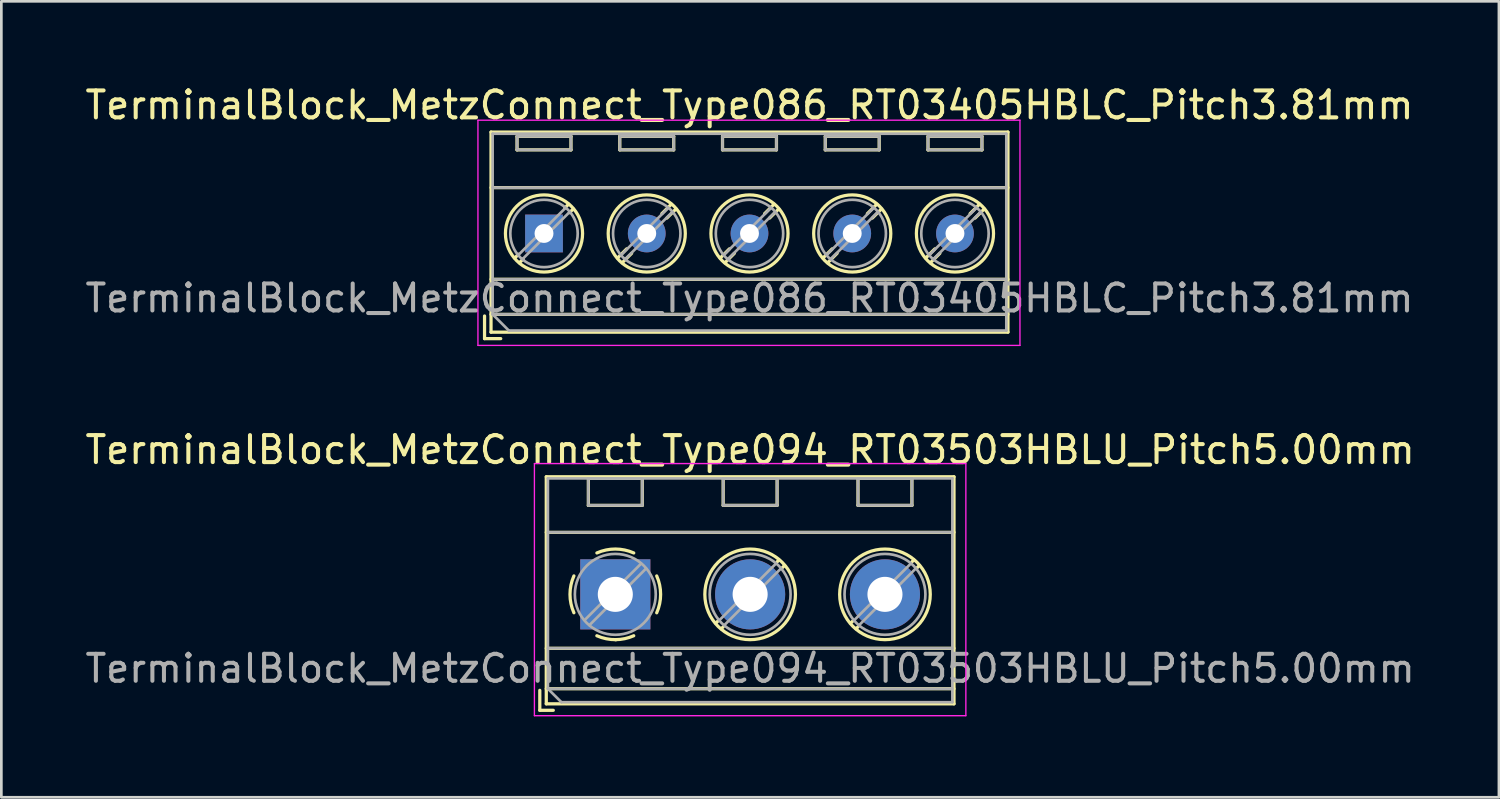
<source format=kicad_pcb>
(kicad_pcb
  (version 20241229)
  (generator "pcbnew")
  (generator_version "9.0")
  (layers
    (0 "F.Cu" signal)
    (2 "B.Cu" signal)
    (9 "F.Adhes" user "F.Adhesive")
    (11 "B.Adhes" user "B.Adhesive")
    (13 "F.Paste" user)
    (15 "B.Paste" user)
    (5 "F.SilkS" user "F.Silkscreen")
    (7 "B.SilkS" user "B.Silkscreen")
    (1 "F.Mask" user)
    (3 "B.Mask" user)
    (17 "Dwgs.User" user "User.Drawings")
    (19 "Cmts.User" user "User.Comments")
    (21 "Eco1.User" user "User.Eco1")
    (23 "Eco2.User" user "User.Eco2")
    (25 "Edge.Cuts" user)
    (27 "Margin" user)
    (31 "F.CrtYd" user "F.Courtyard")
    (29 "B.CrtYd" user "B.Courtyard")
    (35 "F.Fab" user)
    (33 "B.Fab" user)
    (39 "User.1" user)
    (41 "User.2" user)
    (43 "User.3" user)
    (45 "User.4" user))
  (footprint "TerminalBlock_MetzConnect_Type094_RT03503HBLU_Pitch5.00mm"
    (layer "F.Cu")
    (at 19.768 18.991)
    (property "Reference" "TerminalBlock_MetzConnect_Type094_RT03503HBLU_Pitch5.00mm" (at 5 -5.36 0) (layer "F.SilkS") (effects (font (size 1 1) (thickness 0.15))))
    (attr through_hole)
    (fp_line (start -2.8 3.56) (end -2.8 4.3) (stroke (width 0.12) (type solid)) (layer "F.SilkS"))
    (fp_line (start -2.8 4.3) (end -2.3 4.3) (stroke (width 0.12) (type solid)) (layer "F.SilkS"))
    (fp_line (start -2.56 -4.36) (end -2.56 4.06) (stroke (width 0.12) (type solid)) (layer "F.SilkS"))
    (fp_line (start -2.56 -2.3) (end 12.56 -2.3) (stroke (width 0.12) (type solid)) (layer "F.SilkS"))
    (fp_line (start -2.56 2) (end 12.56 2) (stroke (width 0.12) (type solid)) (layer "F.SilkS"))
    (fp_line (start -2.56 3.5) (end 12.56 3.5) (stroke (width 0.12) (type solid)) (layer "F.SilkS"))
    (fp_line (start -2.56 4.06) (end 12.56 4.06) (stroke (width 0.12) (type solid)) (layer "F.SilkS"))
    (fp_line (start -1 -4.3) (end -1 -3.3) (stroke (width 0.12) (type solid)) (layer "F.SilkS"))
    (fp_line (start -1 -4.3) (end 1 -4.3) (stroke (width 0.12) (type solid)) (layer "F.SilkS"))
    (fp_line (start -1 -3.3) (end 1 -3.3) (stroke (width 0.12) (type solid)) (layer "F.SilkS"))
    (fp_line (start 1 -4.3) (end 1 -3.3) (stroke (width 0.12) (type solid)) (layer "F.SilkS"))
    (fp_line (start 3.82 0.976) (end 3.726 1.069) (stroke (width 0.12) (type solid)) (layer "F.SilkS"))
    (fp_line (start 4 -4.3) (end 4 -3.3) (stroke (width 0.12) (type solid)) (layer "F.SilkS"))
    (fp_line (start 4 -4.3) (end 6 -4.3) (stroke (width 0.12) (type solid)) (layer "F.SilkS"))
    (fp_line (start 4 -3.3) (end 6 -3.3) (stroke (width 0.12) (type solid)) (layer "F.SilkS"))
    (fp_line (start 4.002 1.204) (end 3.931 1.274) (stroke (width 0.12) (type solid)) (layer "F.SilkS"))
    (fp_line (start 6 -4.3) (end 6 -3.3) (stroke (width 0.12) (type solid)) (layer "F.SilkS"))
    (fp_line (start 6.07 -1.275) (end 5.999 -1.204) (stroke (width 0.12) (type solid)) (layer "F.SilkS"))
    (fp_line (start 6.275 -1.069) (end 6.181 -0.976) (stroke (width 0.12) (type solid)) (layer "F.SilkS"))
    (fp_line (start 8.82 0.976) (end 8.726 1.069) (stroke (width 0.12) (type solid)) (layer "F.SilkS"))
    (fp_line (start 9 -4.3) (end 9 -3.3) (stroke (width 0.12) (type solid)) (layer "F.SilkS"))
    (fp_line (start 9 -4.3) (end 11 -4.3) (stroke (width 0.12) (type solid)) (layer "F.SilkS"))
    (fp_line (start 9 -3.3) (end 11 -3.3) (stroke (width 0.12) (type solid)) (layer "F.SilkS"))
    (fp_line (start 9.002 1.204) (end 8.931 1.274) (stroke (width 0.12) (type solid)) (layer "F.SilkS"))
    (fp_line (start 11 -4.3) (end 11 -3.3) (stroke (width 0.12) (type solid)) (layer "F.SilkS"))
    (fp_line (start 11.07 -1.275) (end 10.999 -1.204) (stroke (width 0.12) (type solid)) (layer "F.SilkS"))
    (fp_line (start 11.275 -1.069) (end 11.181 -0.976) (stroke (width 0.12) (type solid)) (layer "F.SilkS"))
    (fp_line (start 12.56 -4.36) (end -2.56 -4.36) (stroke (width 0.12) (type solid)) (layer "F.SilkS"))
    (fp_line (start 12.56 4.06) (end 12.56 -4.36) (stroke (width 0.12) (type solid)) (layer "F.SilkS"))
    (fp_arc (start -1.535427 0.683042) (mid -1.680501 -0.000524) (end -1.535 -0.684) (stroke (width 0.12) (type solid)) (layer "F.SilkS"))
    (fp_arc (start -0.683042 -1.535427) (mid 0.000524 -1.680501) (end 0.684 -1.535) (stroke (width 0.12) (type solid)) (layer "F.SilkS"))
    (fp_arc (start 0.028805 1.680253) (mid -0.335551 1.646659) (end -0.684 1.535) (stroke (width 0.12) (type solid)) (layer "F.SilkS"))
    (fp_arc (start 0.683318 1.534756) (mid 0.349292 1.643288) (end 0 1.68) (stroke (width 0.12) (type solid)) (layer "F.SilkS"))
    (fp_arc (start 1.535427 -0.683042) (mid 1.680501 0.000524) (end 1.535 0.684) (stroke (width 0.12) (type solid)) (layer "F.SilkS"))
    (fp_circle (center 5 0) (end 6.68 0) (stroke (width 0.12) (type solid)) (fill no) (layer "F.SilkS"))
    (fp_circle (center 10 0) (end 11.68 0) (stroke (width 0.12) (type solid)) (fill no) (layer "F.SilkS"))
    (fp_line (start -3 -4.85) (end -3 4.5) (stroke (width 0.05) (type solid)) (layer "F.CrtYd"))
    (fp_line (start -3 4.5) (end 13 4.5) (stroke (width 0.05) (type solid)) (layer "F.CrtYd"))
    (fp_line (start 13 -4.85) (end -3 -4.85) (stroke (width 0.05) (type solid)) (layer "F.CrtYd"))
    (fp_line (start 13 4.5) (end 13 -4.85) (stroke (width 0.05) (type solid)) (layer "F.CrtYd"))
    (fp_line (start -2.5 -4.3) (end 12.5 -4.3) (stroke (width 0.1) (type solid)) (layer "F.Fab"))
    (fp_line (start -2.5 -2.3) (end 12.5 -2.3) (stroke (width 0.1) (type solid)) (layer "F.Fab"))
    (fp_line (start -2.5 2) (end 12.5 2) (stroke (width 0.1) (type solid)) (layer "F.Fab"))
    (fp_line (start -2.5 3.5) (end -2.5 -4.3) (stroke (width 0.1) (type solid)) (layer "F.Fab"))
    (fp_line (start -2.5 3.5) (end 12.5 3.5) (stroke (width 0.1) (type solid)) (layer "F.Fab"))
    (fp_line (start -2 4) (end -2.5 3.5) (stroke (width 0.1) (type solid)) (layer "F.Fab"))
    (fp_line (start -1 -4.3) (end -1 -3.3) (stroke (width 0.1) (type solid)) (layer "F.Fab"))
    (fp_line (start -1 -3.3) (end 1 -3.3) (stroke (width 0.1) (type solid)) (layer "F.Fab"))
    (fp_line (start 0.955 -1.138) (end -1.138 0.955) (stroke (width 0.1) (type solid)) (layer "F.Fab"))
    (fp_line (start 1 -4.3) (end -1 -4.3) (stroke (width 0.1) (type solid)) (layer "F.Fab"))
    (fp_line (start 1 -3.3) (end 1 -4.3) (stroke (width 0.1) (type solid)) (layer "F.Fab"))
    (fp_line (start 1.138 -0.955) (end -0.955 1.138) (stroke (width 0.1) (type solid)) (layer "F.Fab"))
    (fp_line (start 4 -4.3) (end 4 -3.3) (stroke (width 0.1) (type solid)) (layer "F.Fab"))
    (fp_line (start 4 -3.3) (end 6 -3.3) (stroke (width 0.1) (type solid)) (layer "F.Fab"))
    (fp_line (start 5.955 -1.138) (end 3.863 0.955) (stroke (width 0.1) (type solid)) (layer "F.Fab"))
    (fp_line (start 6 -4.3) (end 4 -4.3) (stroke (width 0.1) (type solid)) (layer "F.Fab"))
    (fp_line (start 6 -3.3) (end 6 -4.3) (stroke (width 0.1) (type solid)) (layer "F.Fab"))
    (fp_line (start 6.138 -0.955) (end 4.046 1.138) (stroke (width 0.1) (type solid)) (layer "F.Fab"))
    (fp_line (start 9 -4.3) (end 9 -3.3) (stroke (width 0.1) (type solid)) (layer "F.Fab"))
    (fp_line (start 9 -3.3) (end 11 -3.3) (stroke (width 0.1) (type solid)) (layer "F.Fab"))
    (fp_line (start 10.955 -1.138) (end 8.863 0.955) (stroke (width 0.1) (type solid)) (layer "F.Fab"))
    (fp_line (start 11 -4.3) (end 9 -4.3) (stroke (width 0.1) (type solid)) (layer "F.Fab"))
    (fp_line (start 11 -3.3) (end 11 -4.3) (stroke (width 0.1) (type solid)) (layer "F.Fab"))
    (fp_line (start 11.138 -0.955) (end 9.046 1.138) (stroke (width 0.1) (type solid)) (layer "F.Fab"))
    (fp_line (start 12.5 -4.3) (end 12.5 4) (stroke (width 0.1) (type solid)) (layer "F.Fab"))
    (fp_line (start 12.5 4) (end -2 4) (stroke (width 0.1) (type solid)) (layer "F.Fab"))
    (fp_circle (center 0 0) (end 1.5 0) (stroke (width 0.1) (type solid)) (fill no) (layer "F.Fab"))
    (fp_circle (center 5 0) (end 6.5 0) (stroke (width 0.1) (type solid)) (fill no) (layer "F.Fab"))
    (fp_circle (center 10 0) (end 11.5 0) (stroke (width 0.1) (type solid)) (fill no) (layer "F.Fab"))
    (fp_text user "${REFERENCE}" (at 5 2.75 0) (layer "F.Fab") (effects (font (size 1 1) (thickness 0.15))))
    (pad "1" thru_hole rect (at 0 0) (size 2.6 2.6) (drill 1.3) (layers "*.Cu" "*.Mask"))
    (pad "2" thru_hole oval (at 5 0) (size 2.6 2.6) (drill 1.3) (layers "*.Cu" "*.Mask"))
    (pad "3" thru_hole oval (at 10 0) (size 2.6 2.6) (drill 1.3) (layers "*.Cu" "*.Mask")))
  (footprint "TerminalBlock_MetzConnect_Type086_RT03405HBLC_Pitch3.81mm"
    (layer "F.Cu")
    (at 17.124 5.608)
    (property "Reference" "TerminalBlock_MetzConnect_Type086_RT03405HBLC_Pitch3.81mm" (at 7.62 -4.76 0) (layer "F.SilkS") (effects (font (size 1 1) (thickness 0.15))))
    (attr through_hole)
    (fp_line (start -2.205 3.06) (end -2.205 3.9) (stroke (width 0.12) (type solid)) (layer "F.SilkS"))
    (fp_line (start -2.205 3.9) (end -1.605 3.9) (stroke (width 0.12) (type solid)) (layer "F.SilkS"))
    (fp_line (start -1.965 -3.76) (end -1.965 3.66) (stroke (width 0.12) (type solid)) (layer "F.SilkS"))
    (fp_line (start -1.965 -1.7) (end 17.205 -1.7) (stroke (width 0.12) (type solid)) (layer "F.SilkS"))
    (fp_line (start -1.965 1.7) (end 17.205 1.7) (stroke (width 0.12) (type solid)) (layer "F.SilkS"))
    (fp_line (start -1.965 3) (end 17.205 3) (stroke (width 0.12) (type solid)) (layer "F.SilkS"))
    (fp_line (start -1.965 3.66) (end 17.205 3.66) (stroke (width 0.12) (type solid)) (layer "F.SilkS"))
    (fp_line (start -1 -3.6) (end -1 -3.1) (stroke (width 0.12) (type solid)) (layer "F.SilkS"))
    (fp_line (start -1 -3.6) (end 1 -3.6) (stroke (width 0.12) (type solid)) (layer "F.SilkS"))
    (fp_line (start -1 -3.1) (end 1 -3.1) (stroke (width 0.12) (type solid)) (layer "F.SilkS"))
    (fp_line (start -0.946 0.771) (end -1.085 0.91) (stroke (width 0.12) (type solid)) (layer "F.SilkS"))
    (fp_line (start -0.771 0.945) (end -0.911 1.085) (stroke (width 0.12) (type solid)) (layer "F.SilkS"))
    (fp_line (start 0.911 -1.085) (end 0.771 -0.945) (stroke (width 0.12) (type solid)) (layer "F.SilkS"))
    (fp_line (start 1 -3.6) (end 1 -3.1) (stroke (width 0.12) (type solid)) (layer "F.SilkS"))
    (fp_line (start 1.085 -0.91) (end 0.945 -0.771) (stroke (width 0.12) (type solid)) (layer "F.SilkS"))
    (fp_line (start 2.81 -3.6) (end 2.81 -3.1) (stroke (width 0.12) (type solid)) (layer "F.SilkS"))
    (fp_line (start 2.81 -3.6) (end 4.81 -3.6) (stroke (width 0.12) (type solid)) (layer "F.SilkS"))
    (fp_line (start 2.81 -3.1) (end 4.81 -3.1) (stroke (width 0.12) (type solid)) (layer "F.SilkS"))
    (fp_line (start 3.065 0.571) (end 2.726 0.91) (stroke (width 0.12) (type solid)) (layer "F.SilkS"))
    (fp_line (start 3.249 0.736) (end 2.9 1.085) (stroke (width 0.12) (type solid)) (layer "F.SilkS"))
    (fp_line (start 4.721 -1.085) (end 4.371 -0.736) (stroke (width 0.12) (type solid)) (layer "F.SilkS"))
    (fp_line (start 4.81 -3.6) (end 4.81 -3.1) (stroke (width 0.12) (type solid)) (layer "F.SilkS"))
    (fp_line (start 4.895 -0.91) (end 4.556 -0.571) (stroke (width 0.12) (type solid)) (layer "F.SilkS"))
    (fp_line (start 6.62 -3.6) (end 6.62 -3.1) (stroke (width 0.12) (type solid)) (layer "F.SilkS"))
    (fp_line (start 6.62 -3.6) (end 8.62 -3.6) (stroke (width 0.12) (type solid)) (layer "F.SilkS"))
    (fp_line (start 6.62 -3.1) (end 8.62 -3.1) (stroke (width 0.12) (type solid)) (layer "F.SilkS"))
    (fp_line (start 6.875 0.571) (end 6.536 0.91) (stroke (width 0.12) (type solid)) (layer "F.SilkS"))
    (fp_line (start 7.059 0.736) (end 6.71 1.085) (stroke (width 0.12) (type solid)) (layer "F.SilkS"))
    (fp_line (start 8.531 -1.085) (end 8.181 -0.736) (stroke (width 0.12) (type solid)) (layer "F.SilkS"))
    (fp_line (start 8.62 -3.6) (end 8.62 -3.1) (stroke (width 0.12) (type solid)) (layer "F.SilkS"))
    (fp_line (start 8.705 -0.91) (end 8.366 -0.571) (stroke (width 0.12) (type solid)) (layer "F.SilkS"))
    (fp_line (start 10.43 -3.6) (end 10.43 -3.1) (stroke (width 0.12) (type solid)) (layer "F.SilkS"))
    (fp_line (start 10.43 -3.6) (end 12.43 -3.6) (stroke (width 0.12) (type solid)) (layer "F.SilkS"))
    (fp_line (start 10.43 -3.1) (end 12.43 -3.1) (stroke (width 0.12) (type solid)) (layer "F.SilkS"))
    (fp_line (start 10.685 0.571) (end 10.346 0.91) (stroke (width 0.12) (type solid)) (layer "F.SilkS"))
    (fp_line (start 10.869 0.736) (end 10.52 1.085) (stroke (width 0.12) (type solid)) (layer "F.SilkS"))
    (fp_line (start 12.341 -1.085) (end 11.991 -0.736) (stroke (width 0.12) (type solid)) (layer "F.SilkS"))
    (fp_line (start 12.43 -3.6) (end 12.43 -3.1) (stroke (width 0.12) (type solid)) (layer "F.SilkS"))
    (fp_line (start 12.515 -0.91) (end 12.176 -0.571) (stroke (width 0.12) (type solid)) (layer "F.SilkS"))
    (fp_line (start 14.24 -3.6) (end 14.24 -3.1) (stroke (width 0.12) (type solid)) (layer "F.SilkS"))
    (fp_line (start 14.24 -3.6) (end 16.241 -3.6) (stroke (width 0.12) (type solid)) (layer "F.SilkS"))
    (fp_line (start 14.24 -3.1) (end 16.241 -3.1) (stroke (width 0.12) (type solid)) (layer "F.SilkS"))
    (fp_line (start 14.495 0.571) (end 14.156 0.91) (stroke (width 0.12) (type solid)) (layer "F.SilkS"))
    (fp_line (start 14.679 0.736) (end 14.33 1.085) (stroke (width 0.12) (type solid)) (layer "F.SilkS"))
    (fp_line (start 16.151 -1.085) (end 15.801 -0.736) (stroke (width 0.12) (type solid)) (layer "F.SilkS"))
    (fp_line (start 16.241 -3.6) (end 16.241 -3.1) (stroke (width 0.12) (type solid)) (layer "F.SilkS"))
    (fp_line (start 16.325 -0.91) (end 15.986 -0.571) (stroke (width 0.12) (type solid)) (layer "F.SilkS"))
    (fp_line (start 17.205 -3.76) (end -1.965 -3.76) (stroke (width 0.12) (type solid)) (layer "F.SilkS"))
    (fp_line (start 17.205 3.66) (end 17.205 -3.76) (stroke (width 0.12) (type solid)) (layer "F.SilkS"))
    (fp_circle (center 0 0) (end 1.43 0) (stroke (width 0.12) (type solid)) (fill no) (layer "F.SilkS"))
    (fp_circle (center 3.81 0) (end 5.24 0) (stroke (width 0.12) (type solid)) (fill no) (layer "F.SilkS"))
    (fp_circle (center 7.62 0) (end 9.05 0) (stroke (width 0.12) (type solid)) (fill no) (layer "F.SilkS"))
    (fp_circle (center 11.43 0) (end 12.86 0) (stroke (width 0.12) (type solid)) (fill no) (layer "F.SilkS"))
    (fp_circle (center 15.24 0) (end 16.67 0) (stroke (width 0.12) (type solid)) (fill no) (layer "F.SilkS"))
    (fp_line (start -2.45 -4.2) (end -2.45 4.15) (stroke (width 0.05) (type solid)) (layer "F.CrtYd"))
    (fp_line (start -2.45 4.15) (end 17.65 4.15) (stroke (width 0.05) (type solid)) (layer "F.CrtYd"))
    (fp_line (start 17.65 -4.2) (end -2.45 -4.2) (stroke (width 0.05) (type solid)) (layer "F.CrtYd"))
    (fp_line (start 17.65 4.15) (end 17.65 -4.2) (stroke (width 0.05) (type solid)) (layer "F.CrtYd"))
    (fp_line (start -1.905 -3.7) (end 17.145 -3.7) (stroke (width 0.1) (type solid)) (layer "F.Fab"))
    (fp_line (start -1.905 -1.7) (end 17.145 -1.7) (stroke (width 0.1) (type solid)) (layer "F.Fab"))
    (fp_line (start -1.905 1.7) (end 17.145 1.7) (stroke (width 0.1) (type solid)) (layer "F.Fab"))
    (fp_line (start -1.905 3) (end -1.905 -3.7) (stroke (width 0.1) (type solid)) (layer "F.Fab"))
    (fp_line (start -1.905 3) (end 17.145 3) (stroke (width 0.1) (type solid)) (layer "F.Fab"))
    (fp_line (start -1.305 3.6) (end -1.905 3) (stroke (width 0.1) (type solid)) (layer "F.Fab"))
    (fp_line (start -1 -3.6) (end -1 -3.1) (stroke (width 0.1) (type solid)) (layer "F.Fab"))
    (fp_line (start -1 -3.1) (end 1 -3.1) (stroke (width 0.1) (type solid)) (layer "F.Fab"))
    (fp_line (start 0.796 -0.948) (end -0.949 0.796) (stroke (width 0.1) (type solid)) (layer "F.Fab"))
    (fp_line (start 0.949 -0.796) (end -0.796 0.948) (stroke (width 0.1) (type solid)) (layer "F.Fab"))
    (fp_line (start 1 -3.6) (end -1 -3.6) (stroke (width 0.1) (type solid)) (layer "F.Fab"))
    (fp_line (start 1 -3.1) (end 1 -3.6) (stroke (width 0.1) (type solid)) (layer "F.Fab"))
    (fp_line (start 2.81 -3.6) (end 2.81 -3.1) (stroke (width 0.1) (type solid)) (layer "F.Fab"))
    (fp_line (start 2.81 -3.1) (end 4.81 -3.1) (stroke (width 0.1) (type solid)) (layer "F.Fab"))
    (fp_line (start 4.606 -0.948) (end 2.862 0.796) (stroke (width 0.1) (type solid)) (layer "F.Fab"))
    (fp_line (start 4.759 -0.796) (end 3.015 0.948) (stroke (width 0.1) (type solid)) (layer "F.Fab"))
    (fp_line (start 4.81 -3.6) (end 2.81 -3.6) (stroke (width 0.1) (type solid)) (layer "F.Fab"))
    (fp_line (start 4.81 -3.1) (end 4.81 -3.6) (stroke (width 0.1) (type solid)) (layer "F.Fab"))
    (fp_line (start 6.62 -3.6) (end 6.62 -3.1) (stroke (width 0.1) (type solid)) (layer "F.Fab"))
    (fp_line (start 6.62 -3.1) (end 8.62 -3.1) (stroke (width 0.1) (type solid)) (layer "F.Fab"))
    (fp_line (start 8.416 -0.948) (end 6.672 0.796) (stroke (width 0.1) (type solid)) (layer "F.Fab"))
    (fp_line (start 8.569 -0.796) (end 6.825 0.948) (stroke (width 0.1) (type solid)) (layer "F.Fab"))
    (fp_line (start 8.62 -3.6) (end 6.62 -3.6) (stroke (width 0.1) (type solid)) (layer "F.Fab"))
    (fp_line (start 8.62 -3.1) (end 8.62 -3.6) (stroke (width 0.1) (type solid)) (layer "F.Fab"))
    (fp_line (start 10.43 -3.6) (end 10.43 -3.1) (stroke (width 0.1) (type solid)) (layer "F.Fab"))
    (fp_line (start 10.43 -3.1) (end 12.43 -3.1) (stroke (width 0.1) (type solid)) (layer "F.Fab"))
    (fp_line (start 12.226 -0.948) (end 10.482 0.796) (stroke (width 0.1) (type solid)) (layer "F.Fab"))
    (fp_line (start 12.379 -0.796) (end 10.635 0.948) (stroke (width 0.1) (type solid)) (layer "F.Fab"))
    (fp_line (start 12.43 -3.6) (end 10.43 -3.6) (stroke (width 0.1) (type solid)) (layer "F.Fab"))
    (fp_line (start 12.43 -3.1) (end 12.43 -3.6) (stroke (width 0.1) (type solid)) (layer "F.Fab"))
    (fp_line (start 14.24 -3.6) (end 14.24 -3.1) (stroke (width 0.1) (type solid)) (layer "F.Fab"))
    (fp_line (start 14.24 -3.1) (end 16.24 -3.1) (stroke (width 0.1) (type solid)) (layer "F.Fab"))
    (fp_line (start 16.036 -0.948) (end 14.292 0.796) (stroke (width 0.1) (type solid)) (layer "F.Fab"))
    (fp_line (start 16.189 -0.796) (end 14.445 0.948) (stroke (width 0.1) (type solid)) (layer "F.Fab"))
    (fp_line (start 16.24 -3.6) (end 14.24 -3.6) (stroke (width 0.1) (type solid)) (layer "F.Fab"))
    (fp_line (start 16.24 -3.1) (end 16.24 -3.6) (stroke (width 0.1) (type solid)) (layer "F.Fab"))
    (fp_line (start 17.145 -3.7) (end 17.145 3.6) (stroke (width 0.1) (type solid)) (layer "F.Fab"))
    (fp_line (start 17.145 3.6) (end -1.305 3.6) (stroke (width 0.1) (type solid)) (layer "F.Fab"))
    (fp_circle (center 0 0) (end 1.25 0) (stroke (width 0.1) (type solid)) (fill no) (layer "F.Fab"))
    (fp_circle (center 3.81 0) (end 5.06 0) (stroke (width 0.1) (type solid)) (fill no) (layer "F.Fab"))
    (fp_circle (center 7.62 0) (end 8.87 0) (stroke (width 0.1) (type solid)) (fill no) (layer "F.Fab"))
    (fp_circle (center 11.43 0) (end 12.68 0) (stroke (width 0.1) (type solid)) (fill no) (layer "F.Fab"))
    (fp_circle (center 15.24 0) (end 16.49 0) (stroke (width 0.1) (type solid)) (fill no) (layer "F.Fab"))
    (fp_text user "${REFERENCE}" (at 7.62 2.4 0) (layer "F.Fab") (effects (font (size 1 1) (thickness 0.15))))
    (pad "1" thru_hole rect (at 0 0) (size 1.4 1.4) (drill 0.7) (layers "*.Cu" "*.Mask"))
    (pad "2" thru_hole oval (at 3.81 0) (size 1.4 1.4) (drill 0.7) (layers "*.Cu" "*.Mask"))
    (pad "3" thru_hole oval (at 7.62 0) (size 1.4 1.4) (drill 0.7) (layers "*.Cu" "*.Mask"))
    (pad "4" thru_hole oval (at 11.43 0) (size 1.4 1.4) (drill 0.7) (layers "*.Cu" "*.Mask"))
    (pad "5" thru_hole oval (at 15.24 0) (size 1.4 1.4) (drill 0.7) (layers "*.Cu" "*.Mask")))
  (gr_rect
    (start -3 -3)
    (end 52.536 26.517)
    (stroke (width 0.1) (type default))
    (fill no)
    (layer "Edge.Cuts")))
</source>
